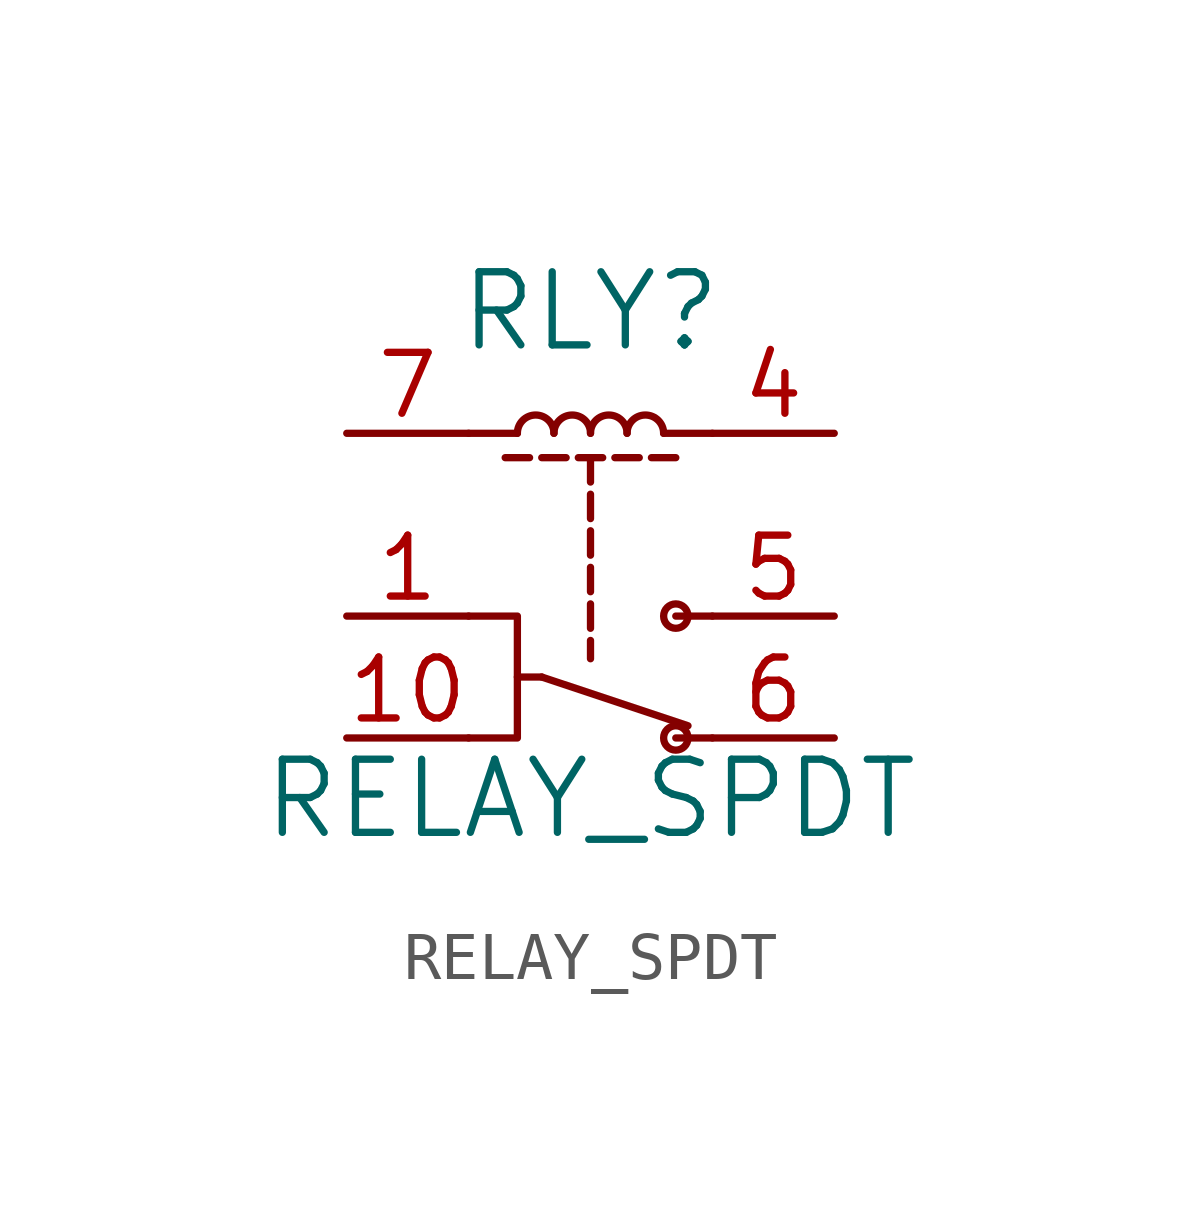
<source format=kicad_sym>
(kicad_symbol_lib
  (version 20220914)
  (generator kicad_symbol_editor)
  (symbol "RELAY_SPDT"
    (pin_names
      (offset 1.016))
    (property "Reference" "RLY"
      (at 0 6.35 0)
      (effects (font (size 1.524 1.524))))
    (property "Value" "RELAY_SPDT"
      (at 0 -3.81 0)
      (effects (font (size 1.524 1.524))))
    (property "Footprint" ""
      (at 0 0 0)
      (effects (font (size 1.524 1.524))))
    (property "Datasheet" ""
      (at 0 0 0)
      (effects (font (size 1.524 1.524))))
    (symbol "RELAY_SPDT_0_1"
      (arc (start -0.762 3.81) (mid -1.143 4.1894) (end -1.524 3.81) (stroke (width 0) (type solid)) (fill (type none)))
      (polyline (pts (xy -1.778 3.302) (xy -1.27 3.302) (xy -1.27 3.302)) (stroke (width 0) (type solid)) (fill (type none)))
      (polyline (pts (xy -1.524 3.81) (xy -2.54 3.81) (xy -2.54 3.81)) (stroke (width 0) (type solid)) (fill (type none)))
      (polyline (pts (xy -1.016 -1.27) (xy -1.524 -1.27) (xy -1.524 -1.27)) (stroke (width 0) (type solid)) (fill (type none)))
      (polyline (pts (xy -1.016 -1.27) (xy 2.032 -2.286) (xy 2.032 -2.286)) (stroke (width 0) (type solid)) (fill (type none)))
      (polyline (pts (xy -1.016 3.302) (xy -0.508 3.302) (xy -0.508 3.302)) (stroke (width 0) (type solid)) (fill (type none)))
      (polyline (pts (xy -0.254 3.302) (xy 0.254 3.302) (xy 0.254 3.302)) (stroke (width 0) (type solid)) (fill (type none)))
      (polyline (pts (xy 0 -0.508) (xy 0 -0.889) (xy 0 -0.889)) (stroke (width 0) (type solid)) (fill (type none)))
      (polyline (pts (xy 0 0.254) (xy 0 -0.254) (xy 0 -0.254)) (stroke (width 0) (type solid)) (fill (type none)))
      (polyline (pts (xy 0 1.016) (xy 0 0.508) (xy 0 0.508)) (stroke (width 0) (type solid)) (fill (type none)))
      (polyline (pts (xy 0 1.778) (xy 0 1.27) (xy 0 1.27)) (stroke (width 0) (type solid)) (fill (type none)))
      (polyline (pts (xy 0 2.54) (xy 0 2.032) (xy 0 2.032)) (stroke (width 0) (type solid)) (fill (type none)))
      (polyline (pts (xy 0 3.302) (xy 0 2.794) (xy 0 2.794)) (stroke (width 0) (type solid)) (fill (type none)))
      (polyline (pts (xy 0.508 3.302) (xy 1.016 3.302) (xy 1.016 3.302)) (stroke (width 0) (type solid)) (fill (type none)))
      (polyline (pts (xy 1.27 3.302) (xy 1.778 3.302) (xy 1.778 3.302)) (stroke (width 0) (type solid)) (fill (type none)))
      (polyline (pts (xy 1.524 3.81) (xy 2.54 3.81) (xy 2.54 3.81)) (stroke (width 0) (type solid)) (fill (type none)))
      (polyline (pts (xy 2.54 -2.54) (xy 1.778 -2.54) (xy 1.778 -2.54)) (stroke (width 0) (type solid)) (fill (type none)))
      (polyline (pts (xy 2.54 0) (xy 1.778 0) (xy 1.778 0)) (stroke (width 0) (type solid)) (fill (type none)))
      (polyline (pts (xy -2.54 0) (xy -1.524 0) (xy -1.524 -2.54) (xy -2.54 -2.54) (xy -2.54 -2.54)) (stroke (width 0) (type solid)) (fill (type none)))
      (arc (start 0 3.81) (mid -0.381 4.1894) (end -0.762 3.81) (stroke (width 0) (type solid)) (fill (type none)))
      (arc (start 0.762 3.81) (mid 0.381 4.1894) (end 0 3.81) (stroke (width 0) (type solid)) (fill (type none)))
      (arc (start 1.524 3.81) (mid 1.143 4.1894) (end 0.762 3.81) (stroke (width 0) (type solid)) (fill (type none)))
      (circle (center 1.778 -2.54) (radius 0.254) (stroke (width 0) (type solid)) (fill (type none)))
      (circle (center 1.778 0) (radius 0.254) (stroke (width 0) (type solid)) (fill (type none))))
    (symbol "RELAY_SPDT_1_1"
      (pin passive line (at -5.08 0 0) (length 2.54) (name "~" (effects (font (size 1.27 1.27)))) (number "1" (effects (font (size 1.27 1.27)))))
      (pin passive line (at -5.08 -2.54 0) (length 2.54) (name "~" (effects (font (size 1.27 1.27)))) (number "10" (effects (font (size 1.27 1.27)))))
      (pin passive line (at 5.08 3.81 180) (length 2.54) (name "~" (effects (font (size 1.27 1.27)))) (number "4" (effects (font (size 1.27 1.27)))))
      (pin passive line (at 5.08 0 180) (length 2.54) (name "~" (effects (font (size 1.27 1.27)))) (number "5" (effects (font (size 1.27 1.27)))))
      (pin passive line (at 5.08 -2.54 180) (length 2.54) (name "~" (effects (font (size 1.27 1.27)))) (number "6" (effects (font (size 1.27 1.27)))))
      (pin passive line (at -5.08 3.81 0) (length 2.54) (name "~" (effects (font (size 1.27 1.27)))) (number "7" (effects (font (size 1.27 1.27))))))))
</source>
